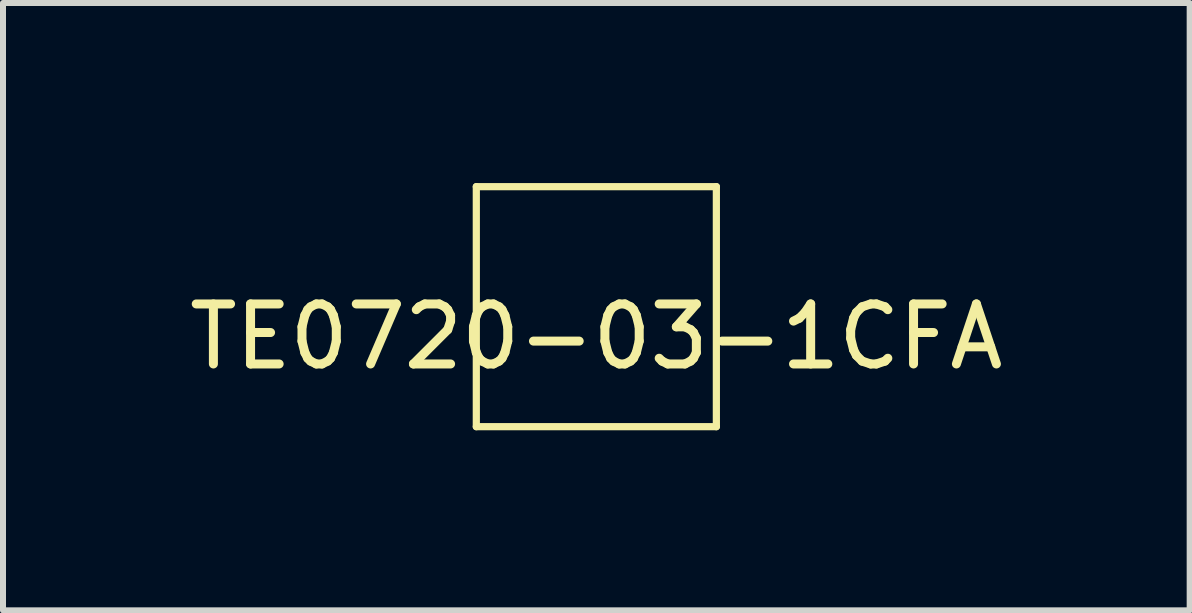
<source format=kicad_pcb>
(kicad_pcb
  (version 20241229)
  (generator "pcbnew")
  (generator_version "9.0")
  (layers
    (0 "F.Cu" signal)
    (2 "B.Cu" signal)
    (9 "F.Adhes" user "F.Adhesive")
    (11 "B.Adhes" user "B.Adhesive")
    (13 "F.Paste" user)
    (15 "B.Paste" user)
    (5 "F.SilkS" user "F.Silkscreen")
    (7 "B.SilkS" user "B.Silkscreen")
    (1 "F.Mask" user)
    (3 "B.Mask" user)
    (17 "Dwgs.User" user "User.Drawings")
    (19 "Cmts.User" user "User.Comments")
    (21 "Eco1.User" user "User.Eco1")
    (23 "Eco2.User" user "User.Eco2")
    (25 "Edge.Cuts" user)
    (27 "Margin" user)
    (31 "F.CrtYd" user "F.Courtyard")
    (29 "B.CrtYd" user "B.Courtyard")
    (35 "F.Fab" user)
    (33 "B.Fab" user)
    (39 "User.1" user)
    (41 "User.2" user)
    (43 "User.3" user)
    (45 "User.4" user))
  (footprint "TE0720-03-1CFA"
    (layer "F.Cu")
    (at 6.887 2.06)
    (property "Reference" "TE0720-03-1CFA" (at 0 0.5 0) (layer "F.SilkS") (effects (font (size 1 1) (thickness 0.15))))
    (attr through_hole)
    (fp_line (start -2 -2) (end -2 2) (stroke (width 0.12) (type solid)) (layer "F.SilkS"))
    (fp_line (start -2 2) (end 2 2) (stroke (width 0.12) (type solid)) (layer "F.SilkS"))
    (fp_line (start 2 -2) (end -2 -2) (stroke (width 0.12) (type solid)) (layer "F.SilkS"))
    (fp_line (start 2 2) (end 2 -2) (stroke (width 0.12) (type solid)) (layer "F.SilkS")))
  (gr_rect
    (start -3 -3)
    (end 16.774 7.12)
    (stroke (width 0.1) (type default))
    (fill no)
    (layer "Edge.Cuts")))
</source>
